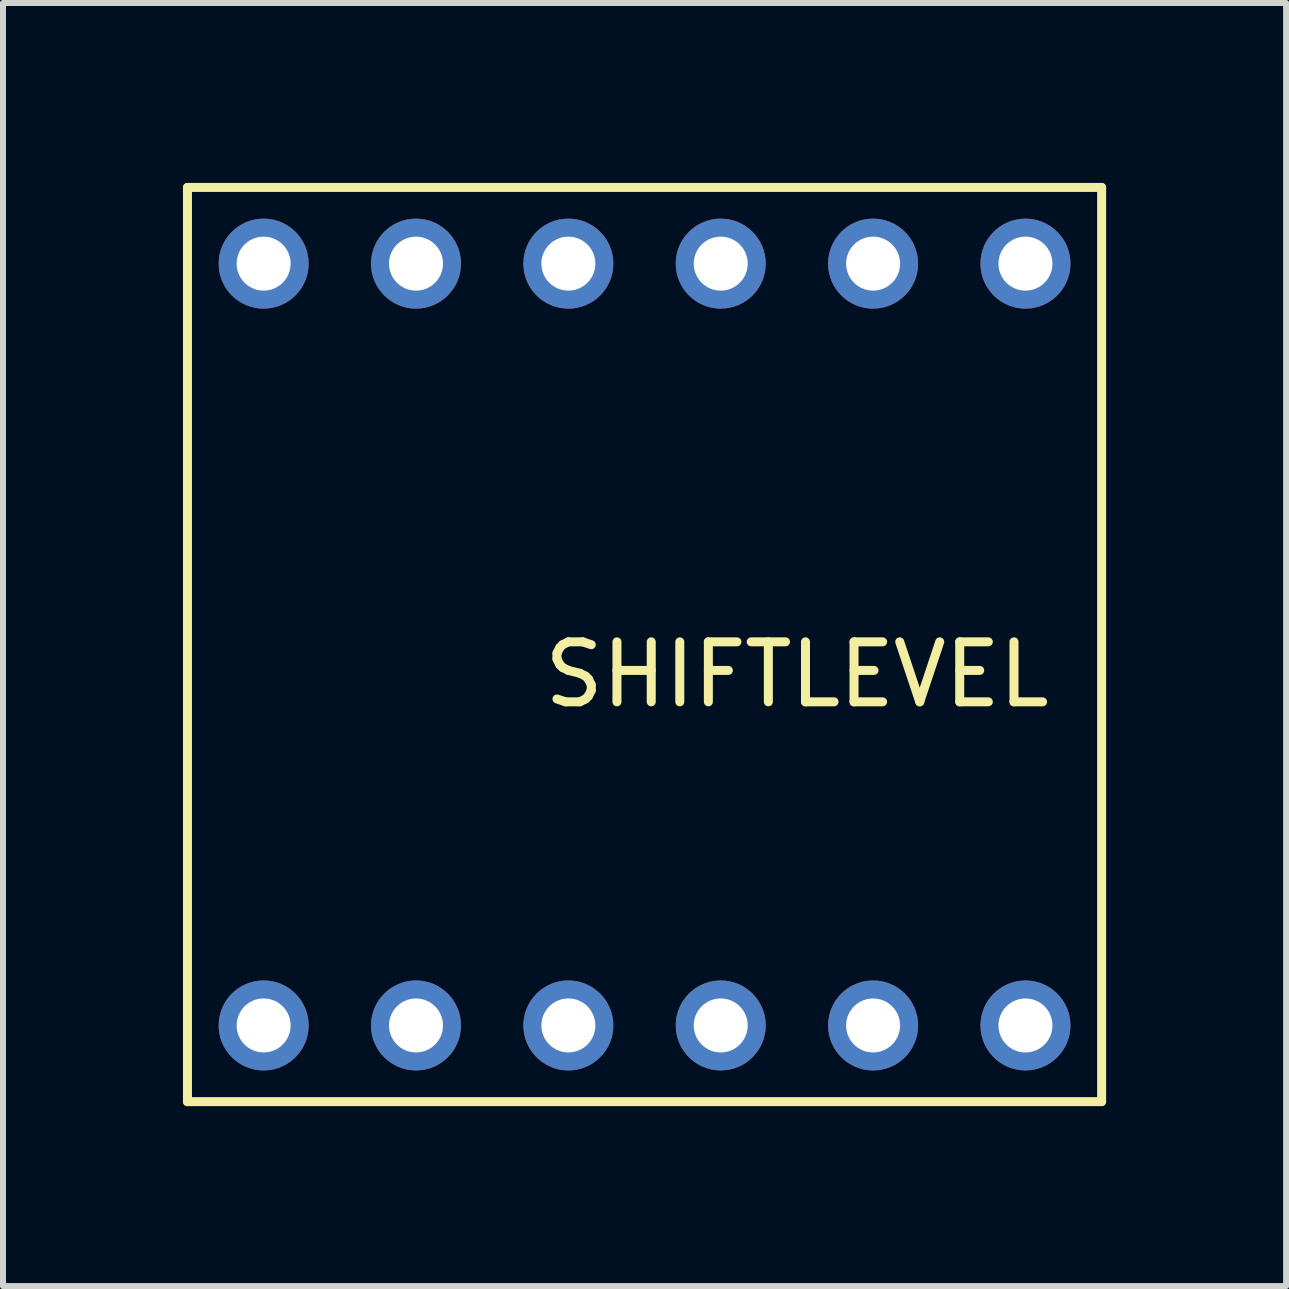
<source format=kicad_pcb>
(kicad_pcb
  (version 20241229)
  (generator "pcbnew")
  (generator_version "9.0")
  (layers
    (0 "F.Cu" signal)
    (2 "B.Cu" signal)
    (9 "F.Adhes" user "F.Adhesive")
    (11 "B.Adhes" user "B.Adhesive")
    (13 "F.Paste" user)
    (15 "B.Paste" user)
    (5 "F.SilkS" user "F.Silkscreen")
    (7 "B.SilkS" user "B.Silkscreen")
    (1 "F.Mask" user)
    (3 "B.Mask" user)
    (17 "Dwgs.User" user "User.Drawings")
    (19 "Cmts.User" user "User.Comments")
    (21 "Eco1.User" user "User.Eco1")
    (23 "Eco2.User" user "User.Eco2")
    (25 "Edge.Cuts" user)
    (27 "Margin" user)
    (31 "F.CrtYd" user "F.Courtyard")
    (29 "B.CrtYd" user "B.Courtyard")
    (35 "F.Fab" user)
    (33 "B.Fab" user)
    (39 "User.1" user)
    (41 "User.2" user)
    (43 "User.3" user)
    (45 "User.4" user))
  (footprint "SHIFTLEVEL"
    (layer "F.Cu")
    (at 1.345 1.345)
    (property "Reference" "SHIFTLEVEL" (at 8.89 6.85 0) (layer "F.SilkS") (effects (font (size 1 1) (thickness 0.15))))
    (attr through_hole)
    (fp_line (start -1.27 -1.27) (end 13.97 -1.27) (stroke (width 0.15) (type solid)) (layer "F.SilkS"))
    (fp_line (start -1.27 13.97) (end -1.27 -1.27) (stroke (width 0.15) (type solid)) (layer "F.SilkS"))
    (fp_line (start 13.97 -1.27) (end 13.97 13.97) (stroke (width 0.15) (type solid)) (layer "F.SilkS"))
    (fp_line (start 13.97 13.97) (end -1.27 13.97) (stroke (width 0.15) (type solid)) (layer "F.SilkS"))
    (pad "1" thru_hole circle (at 0 0) (size 1.5 1.5) (drill 0.9) (layers "*.Cu" "*.Mask"))
    (pad "2" thru_hole circle (at 2.54 0) (size 1.5 1.5) (drill 0.9) (layers "*.Cu" "*.Mask"))
    (pad "3" thru_hole circle (at 5.08 0) (size 1.5 1.5) (drill 0.9) (layers "*.Cu" "*.Mask"))
    (pad "4" thru_hole circle (at 7.62 0) (size 1.5 1.5) (drill 0.9) (layers "*.Cu" "*.Mask"))
    (pad "5" thru_hole circle (at 10.16 0) (size 1.5 1.5) (drill 0.9) (layers "*.Cu" "*.Mask"))
    (pad "6" thru_hole circle (at 12.7 0) (size 1.5 1.5) (drill 0.9) (layers "*.Cu" "*.Mask"))
    (pad "7" thru_hole circle (at 0 12.7) (size 1.5 1.5) (drill 0.9) (layers "*.Cu" "*.Mask"))
    (pad "8" thru_hole circle (at 2.54 12.7) (size 1.5 1.5) (drill 0.9) (layers "*.Cu" "*.Mask"))
    (pad "9" thru_hole circle (at 5.08 12.7) (size 1.5 1.5) (drill 0.9) (layers "*.Cu" "*.Mask"))
    (pad "10" thru_hole circle (at 7.62 12.7) (size 1.5 1.5) (drill 0.9) (layers "*.Cu" "*.Mask"))
    (pad "11" thru_hole circle (at 10.16 12.7) (size 1.5 1.5) (drill 0.9) (layers "*.Cu" "*.Mask"))
    (pad "12" thru_hole circle (at 12.7 12.7) (size 1.5 1.5) (drill 0.9) (layers "*.Cu" "*.Mask")))
  (gr_rect
    (start -3 -3)
    (end 18.39 18.39)
    (stroke (width 0.1) (type default))
    (fill no)
    (layer "Edge.Cuts")))
</source>
